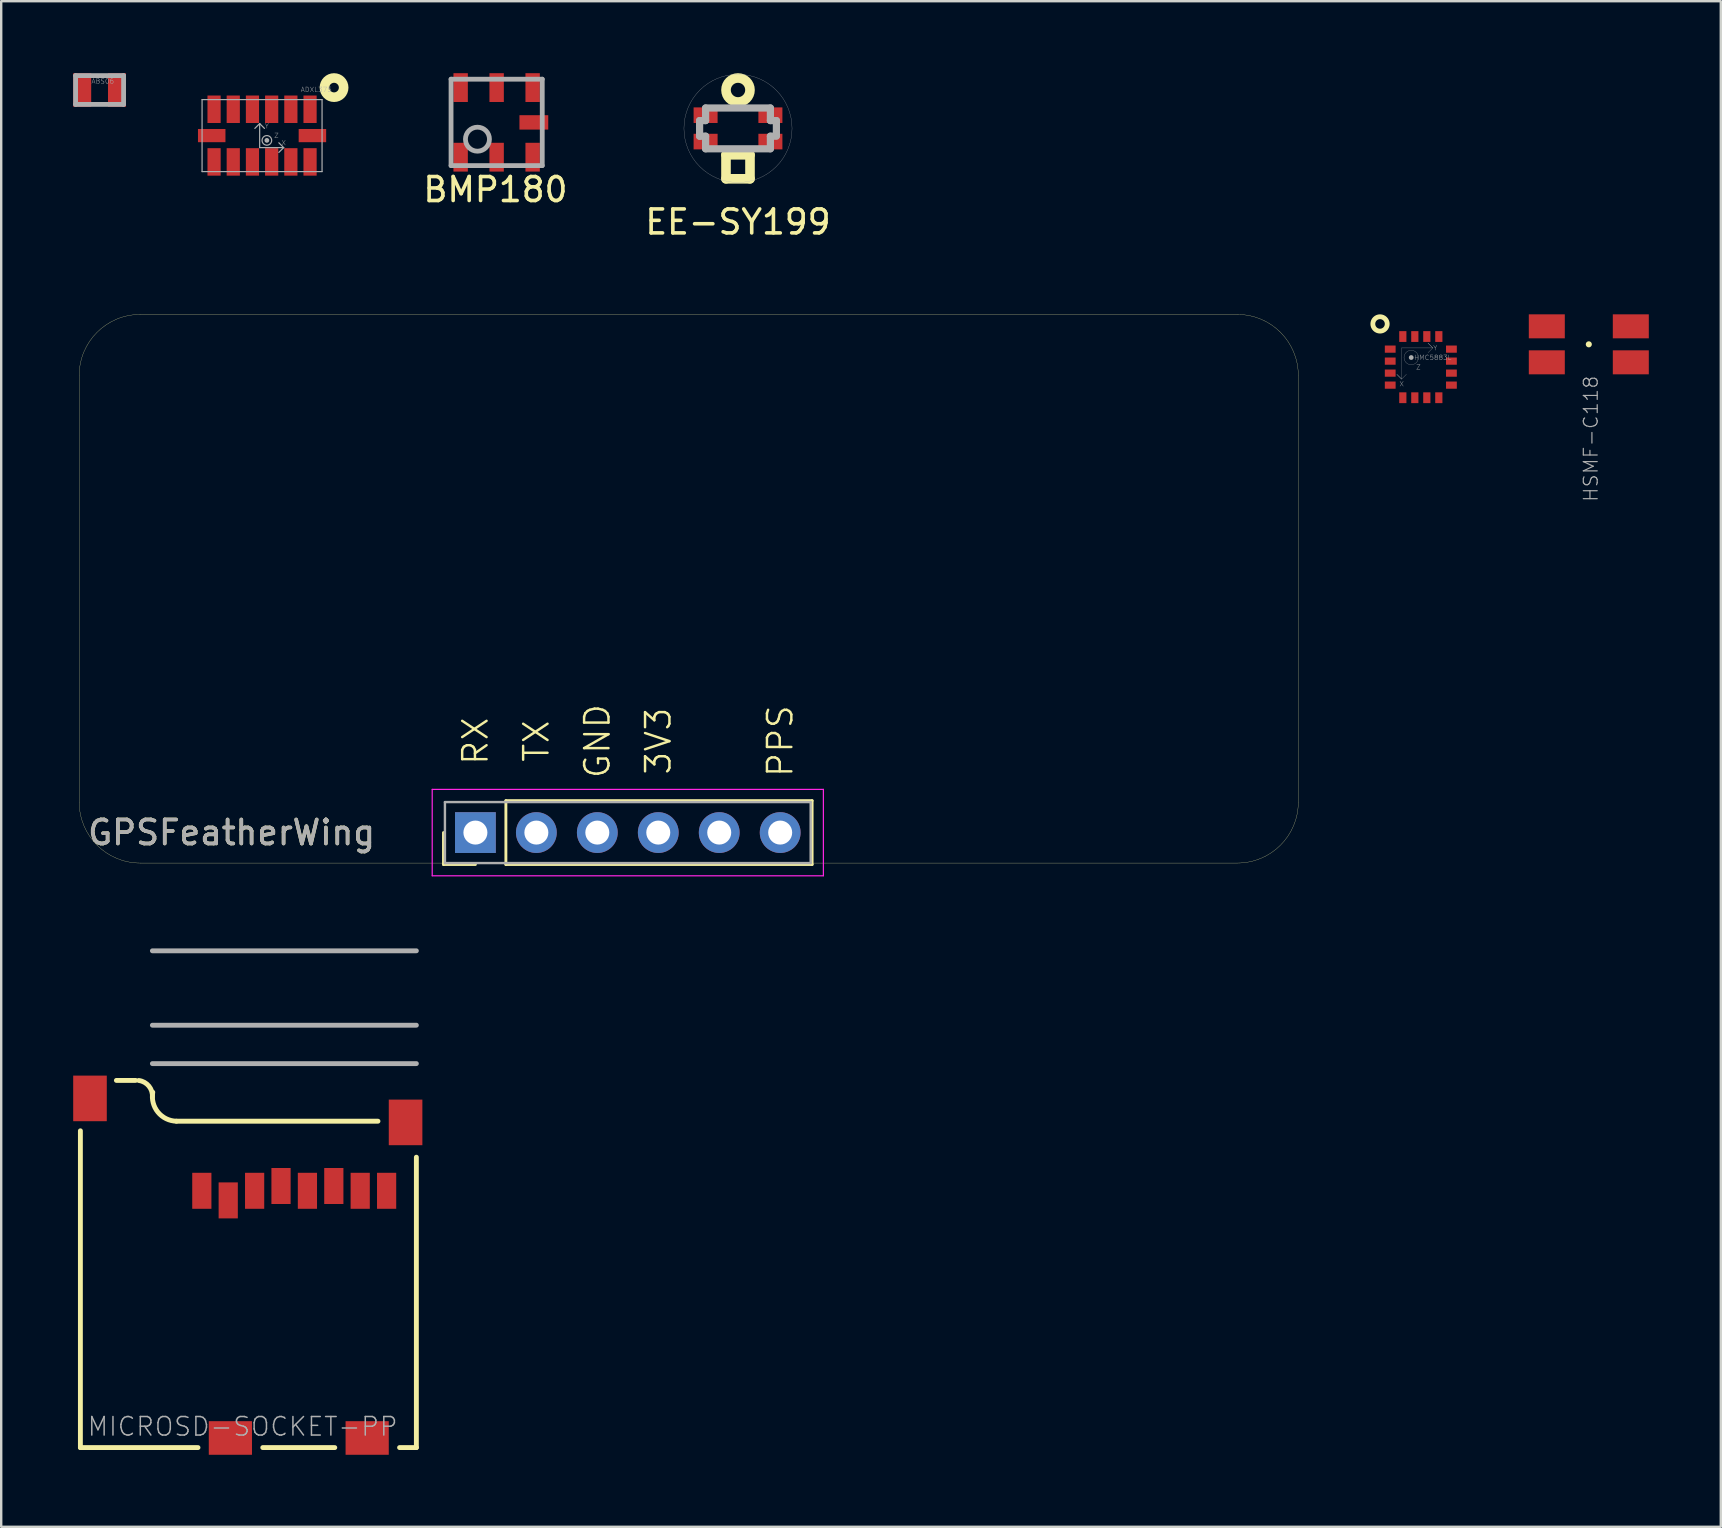
<source format=kicad_pcb>
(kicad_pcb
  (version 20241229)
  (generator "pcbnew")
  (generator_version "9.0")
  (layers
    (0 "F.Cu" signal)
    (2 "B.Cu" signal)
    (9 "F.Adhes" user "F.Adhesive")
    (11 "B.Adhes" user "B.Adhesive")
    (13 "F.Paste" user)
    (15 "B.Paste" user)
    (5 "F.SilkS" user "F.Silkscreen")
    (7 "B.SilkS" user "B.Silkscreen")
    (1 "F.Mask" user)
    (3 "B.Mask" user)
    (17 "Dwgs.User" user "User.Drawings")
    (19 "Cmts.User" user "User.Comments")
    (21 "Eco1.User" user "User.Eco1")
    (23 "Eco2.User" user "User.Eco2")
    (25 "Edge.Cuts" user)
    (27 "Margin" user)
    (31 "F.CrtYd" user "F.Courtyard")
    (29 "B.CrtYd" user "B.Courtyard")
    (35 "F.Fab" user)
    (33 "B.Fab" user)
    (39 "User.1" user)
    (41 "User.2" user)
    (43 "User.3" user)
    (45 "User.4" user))
  (footprint "HMC5883L"
    (layer "F.Cu")
    (at 56.155 12.248)
    (property "Reference" "HMC5883L" (at 0.5 -0.4 0) (layer "F.Fab") (effects (font (size 0.2 0.2) (thickness 0.015))))
    (attr through_hole)
    (fp_circle (center -1.7 -1.8) (end -1.4 -1.8) (stroke (width 0.2) (type solid)) (fill no) (layer "F.SilkS"))
    (fp_line (start -1 0.3) (end -0.8 0.5) (stroke (width 0.01) (type solid)) (layer "F.Fab"))
    (fp_line (start -0.8 -0.8) (end -0.8 0.5) (stroke (width 0.01) (type solid)) (layer "F.Fab"))
    (fp_line (start -0.8 -0.8) (end 0.5 -0.8) (stroke (width 0.01) (type solid)) (layer "F.Fab"))
    (fp_line (start -0.8 0.5) (end -1 0.3) (stroke (width 0.01) (type solid)) (layer "F.Fab"))
    (fp_line (start -0.8 0.5) (end -0.6 0.3) (stroke (width 0.01) (type solid)) (layer "F.Fab"))
    (fp_line (start 0.3 -1) (end 0.5 -0.8) (stroke (width 0.01) (type solid)) (layer "F.Fab"))
    (fp_line (start 0.5 -0.8) (end 0.3 -1) (stroke (width 0.01) (type solid)) (layer "F.Fab"))
    (fp_line (start 0.5 -0.8) (end 0.3 -0.6) (stroke (width 0.01) (type solid)) (layer "F.Fab"))
    (fp_circle (center -0.4 -0.4) (end -0.35 -0.4) (stroke (width 0.1) (type solid)) (fill no) (layer "F.Fab"))
    (fp_circle (center -0.4 -0.4) (end -0.1 -0.4) (stroke (width 0.01) (type solid)) (fill no) (layer "F.Fab"))
    (fp_text user "X" (at -0.8 0.7 0) (layer "F.Fab") (effects (font (size 0.2 0.2) (thickness 0.015))))
    (fp_text user "Z" (at -0.1 0 0) (layer "F.Fab") (effects (font (size 0.2 0.2) (thickness 0.015))))
    (fp_text user "Y" (at 0.6 -0.8 0) (layer "F.Fab") (effects (font (size 0.2 0.2) (thickness 0.015))))
    (pad "1" smd rect (at -1.275 -0.75) (size 0.45 0.3) (layers "F.Cu" "F.Mask" "F.Paste"))
    (pad "2" smd rect (at -1.275 -0.25) (size 0.45 0.3) (layers "F.Cu" "F.Mask" "F.Paste"))
    (pad "3" smd rect (at -1.275 0.25 180) (size 0.45 0.3) (layers "F.Cu" "F.Mask" "F.Paste"))
    (pad "4" smd rect (at -1.275 0.75) (size 0.45 0.3) (layers "F.Cu" "F.Mask" "F.Paste"))
    (pad "5" smd rect (at -0.75 1.275 90) (size 0.45 0.3) (layers "F.Cu" "F.Mask" "F.Paste"))
    (pad "6" smd rect (at -0.25 1.275 90) (size 0.45 0.3) (layers "F.Cu" "F.Mask" "F.Paste"))
    (pad "7" smd rect (at 0.25 1.275 270) (size 0.45 0.3) (layers "F.Cu" "F.Mask" "F.Paste"))
    (pad "8" smd rect (at 0.75 1.275 270) (size 0.45 0.3) (layers "F.Cu" "F.Mask" "F.Paste"))
    (pad "9" smd rect (at 1.275 0.75 180) (size 0.45 0.3) (layers "F.Cu" "F.Mask" "F.Paste"))
    (pad "10" smd rect (at 1.275 0.25 180) (size 0.45 0.3) (layers "F.Cu" "F.Mask" "F.Paste"))
    (pad "11" smd rect (at 1.275 -0.25) (size 0.45 0.3) (layers "F.Cu" "F.Mask" "F.Paste"))
    (pad "12" smd rect (at 1.275 -0.75 180) (size 0.45 0.3) (layers "F.Cu" "F.Mask" "F.Paste"))
    (pad "13" smd rect (at 0.75 -1.275 270) (size 0.45 0.3) (layers "F.Cu" "F.Mask" "F.Paste"))
    (pad "14" smd rect (at 0.25 -1.275 270) (size 0.45 0.3) (layers "F.Cu" "F.Mask" "F.Paste"))
    (pad "15" smd rect (at -0.25 -1.275 90) (size 0.45 0.3) (layers "F.Cu" "F.Mask" "F.Paste"))
    (pad "16" smd rect (at -0.75 -1.275 90) (size 0.45 0.3) (layers "F.Cu" "F.Mask" "F.Paste")))
  (footprint "ADXL375"
    (layer "F.Cu")
    (at 7.87 2.6)
    (property "Reference" "ADXL375" (at 1.6 -1.8 180) (layer "F.Fab") (effects (font (size 0.2 0.2) (thickness 0.015)) (justify left bottom)))
    (attr through_hole)
    (fp_circle (center 3 -2) (end 3 -1.6) (stroke (width 0.4) (type solid)) (fill no) (layer "F.SilkS"))
    (fp_line (start -2.5 -1.5) (end -2.5 1.5) (stroke (width 0.05) (type solid)) (layer "F.Fab"))
    (fp_line (start -2.5 1.5) (end 2.5 1.5) (stroke (width 0.05) (type solid)) (layer "F.Fab"))
    (fp_line (start -0.3 -0.3) (end -0.1 -0.5) (stroke (width 0.05) (type solid)) (layer "F.Fab"))
    (fp_line (start -0.1 -0.5) (end -0.1 0.5) (stroke (width 0.05) (type solid)) (layer "F.Fab"))
    (fp_line (start -0.1 0.5) (end 0.9 0.5) (stroke (width 0.05) (type solid)) (layer "F.Fab"))
    (fp_line (start 0.1 -0.3) (end -0.1 -0.5) (stroke (width 0.05) (type solid)) (layer "F.Fab"))
    (fp_line (start 0.7 0.3) (end 0.9 0.5) (stroke (width 0.05) (type solid)) (layer "F.Fab"))
    (fp_line (start 0.9 0.5) (end 0.7 0.7) (stroke (width 0.05) (type solid)) (layer "F.Fab"))
    (fp_line (start 2.5 -1.5) (end -2.5 -1.5) (stroke (width 0.05) (type solid)) (layer "F.Fab"))
    (fp_line (start 2.5 1.5) (end 2.5 -1.5) (stroke (width 0.05) (type solid)) (layer "F.Fab"))
    (fp_circle (center 0.2 0.2) (end 0.25 0.2) (stroke (width 0.1) (type solid)) (fill no) (layer "F.Fab"))
    (fp_circle (center 0.2 0.2) (end 0.4 0.2) (stroke (width 0.05) (type solid)) (fill no) (layer "F.Fab"))
    (fp_text user "Z" (at 0.6 0 0) (layer "F.Fab") (effects (font (size 0.2 0.2) (thickness 0.015))))
    (fp_text user "X" (at 0.9 0.3 0) (layer "F.Fab") (effects (font (size 0.2 0.2) (thickness 0.015))))
    (fp_text user "Y" (at 0.2 -0.4 0) (layer "F.Fab") (effects (font (size 0.2 0.2) (thickness 0.015))))
    (pad "1" smd rect (at 2 -1.097 270) (size 1.145 0.55) (layers "F.Cu" "F.Mask" "F.Paste"))
    (pad "2" smd rect (at 1.2 -1.097 270) (size 1.145 0.55) (layers "F.Cu" "F.Mask" "F.Paste"))
    (pad "3" smd rect (at 0.4 -1.097 270) (size 1.145 0.55) (layers "F.Cu" "F.Mask" "F.Paste"))
    (pad "4" smd rect (at -0.4 -1.097 270) (size 1.145 0.55) (layers "F.Cu" "F.Mask" "F.Paste"))
    (pad "5" smd rect (at -1.2 -1.097 270) (size 1.145 0.55) (layers "F.Cu" "F.Mask" "F.Paste"))
    (pad "6" smd rect (at -2 -1.097 270) (size 1.145 0.55) (layers "F.Cu" "F.Mask" "F.Paste"))
    (pad "7" smd rect (at -2.098 0) (size 1.145 0.55) (layers "F.Cu" "F.Mask" "F.Paste"))
    (pad "8" smd rect (at -2 1.097 270) (size 1.145 0.55) (layers "F.Cu" "F.Mask" "F.Paste"))
    (pad "9" smd rect (at -1.2 1.097 270) (size 1.145 0.55) (layers "F.Cu" "F.Mask" "F.Paste"))
    (pad "10" smd rect (at -0.4 1.097 270) (size 1.145 0.55) (layers "F.Cu" "F.Mask" "F.Paste"))
    (pad "11" smd rect (at 0.4 1.097 270) (size 1.145 0.55) (layers "F.Cu" "F.Mask" "F.Paste"))
    (pad "12" smd rect (at 1.2 1.097 270) (size 1.145 0.55) (layers "F.Cu" "F.Mask" "F.Paste"))
    (pad "13" smd rect (at 2 1.097 270) (size 1.145 0.55) (layers "F.Cu" "F.Mask" "F.Paste"))
    (pad "14" smd rect (at 2.098 0) (size 1.145 0.55) (layers "F.Cu" "F.Mask" "F.Paste")))
  (footprint "BMP180"
    (layer "F.Cu")
    (at 17.645 2.05)
    (property "Reference" "BMP180" (at -0.05 2.8 0) (layer "F.SilkS") (effects (font (size 1 1) (thickness 0.15))))
    (attr through_hole)
    (fp_line (start -1.9 -1.8) (end 1.9 -1.8) (stroke (width 0.2) (type solid)) (layer "F.Fab"))
    (fp_line (start -1.9 1.8) (end -1.9 -1.8) (stroke (width 0.2) (type solid)) (layer "F.Fab"))
    (fp_line (start -1.9 1.8) (end 1.9 1.8) (stroke (width 0.2) (type solid)) (layer "F.Fab"))
    (fp_line (start 1.9 -1.8) (end 1.9 1.8) (stroke (width 0.2) (type solid)) (layer "F.Fab"))
    (fp_circle (center -0.8 0.7) (end -0.5 1.1) (stroke (width 0.2) (type solid)) (fill no) (layer "F.Fab"))
    (pad "1" smd rect (at 1.5 -1.45) (size 0.6 1.2) (layers "F.Cu" "F.Mask" "F.Paste"))
    (pad "2" smd rect (at 0 -1.45) (size 0.6 1.2) (layers "F.Cu" "F.Mask" "F.Paste"))
    (pad "3" smd rect (at -1.5 -1.45) (size 0.6 1.2) (layers "F.Cu" "F.Mask" "F.Paste"))
    (pad "4" smd rect (at -1.5 1.45) (size 0.6 1.2) (layers "F.Cu" "F.Mask" "F.Paste"))
    (pad "5" smd rect (at 0 1.45) (size 0.6 1.2) (layers "F.Cu" "F.Mask" "F.Paste"))
    (pad "6" smd rect (at 1.5 1.45) (size 0.6 1.2) (layers "F.Cu" "F.Mask" "F.Paste"))
    (pad "7" smd rect (at 1.55 0) (size 1.2 0.6) (layers "F.Cu" "F.Mask" "F.Paste")))
  (footprint "MICROSD-SOCKET-PP"
    (layer "F.Cu")
    (at 14.3 57.27)
    (property "Reference" "MICROSD-SOCKET-PP" (at -13.75 -0.425 0) (layer "F.Fab") (effects (font (size 0.772 0.772) (thickness 0.062)) (justify left bottom)))
    (attr through_hole)
    (fp_line (start -14 0) (end -14 -13.2) (stroke (width 0.203) (type solid)) (layer "F.SilkS"))
    (fp_line (start -14 0) (end -9.1 0) (stroke (width 0.203) (type solid)) (layer "F.SilkS"))
    (fp_line (start -11.7 -15.3) (end -12.5 -15.3) (stroke (width 0.203) (type solid)) (layer "F.SilkS"))
    (fp_line (start -10 -13.6) (end -1.6 -13.6) (stroke (width 0.203) (type solid)) (layer "F.SilkS"))
    (fp_line (start -3.4 0) (end -6.4 0) (stroke (width 0.203) (type solid)) (layer "F.SilkS"))
    (fp_line (start 0 0) (end -0.7 0) (stroke (width 0.203) (type solid)) (layer "F.SilkS"))
    (fp_line (start 0 0) (end 0 -12.1) (stroke (width 0.203) (type solid)) (layer "F.SilkS"))
    (fp_arc (start -11.568304 -15.296779) (mid -11.144806 -15.062042) (end -11 -14.6) (stroke (width 0.2032) (type solid)) (layer "F.SilkS"))
    (fp_arc (start -10 -13.6) (mid -10.76952 -13.976937) (end -10.984106 -14.806513) (stroke (width 0.2032) (type solid)) (layer "F.SilkS"))
    (fp_line (start -11 -20.7) (end 0 -20.7) (stroke (width 0.203) (type solid)) (layer "F.Fab"))
    (fp_line (start -11 -17.6) (end 0 -17.6) (stroke (width 0.203) (type solid)) (layer "F.Fab"))
    (fp_line (start -11 -16) (end 0 -16) (stroke (width 0.203) (type solid)) (layer "F.Fab"))
    (pad "1" smd rect (at -8.94 -10.7) (size 0.8 1.5) (layers "F.Cu" "F.Mask" "F.Paste"))
    (pad "2" smd rect (at -7.84 -10.3) (size 0.8 1.5) (layers "F.Cu" "F.Mask" "F.Paste"))
    (pad "3" smd rect (at -6.74 -10.7) (size 0.8 1.5) (layers "F.Cu" "F.Mask" "F.Paste"))
    (pad "4" smd rect (at -5.64 -10.9) (size 0.8 1.5) (layers "F.Cu" "F.Mask" "F.Paste"))
    (pad "5" smd rect (at -4.54 -10.7) (size 0.8 1.5) (layers "F.Cu" "F.Mask" "F.Paste"))
    (pad "6" smd rect (at -3.44 -10.9) (size 0.8 1.5) (layers "F.Cu" "F.Mask" "F.Paste"))
    (pad "7" smd rect (at -2.34 -10.7) (size 0.8 1.5) (layers "F.Cu" "F.Mask" "F.Paste"))
    (pad "8" smd rect (at -1.24 -10.7) (size 0.8 1.5) (layers "F.Cu" "F.Mask" "F.Paste"))
    (pad "9" smd rect (at -7.75 -0.4) (size 1.8 1.4) (layers "F.Cu" "F.Mask" "F.Paste"))
    (pad "10" smd rect (at -2.05 -0.4) (size 1.8 1.4) (layers "F.Cu" "F.Mask" "F.Paste"))
    (pad "11" smd rect (at -0.45 -13.55) (size 1.4 1.9) (layers "F.Cu" "F.Mask" "F.Paste"))
    (pad "12" smd rect (at -13.6 -14.55) (size 1.4 1.9) (layers "F.Cu" "F.Mask" "F.Paste")))
  (footprint "ABS06"
    (layer "F.Cu")
    (at 1.1 0.7)
    (property "Reference" "ABS06" (at -0.35 -0.25 180) (layer "F.Fab") (effects (font (size 0.2 0.2) (thickness 0.015)) (justify left bottom)))
    (attr through_hole)
    (fp_line (start -1 -0.6) (end 1 -0.6) (stroke (width 0.2) (type solid)) (layer "F.Fab"))
    (fp_line (start -1 0.6) (end -1 -0.6) (stroke (width 0.2) (type solid)) (layer "F.Fab"))
    (fp_line (start 1 -0.6) (end 1 0.6) (stroke (width 0.2) (type solid)) (layer "F.Fab"))
    (fp_line (start 1 0.6) (end -1 0.6) (stroke (width 0.2) (type solid)) (layer "F.Fab"))
    (pad "1" smd rect (at -0.725 0) (size 0.75 1.4) (layers "F.Cu" "F.Mask" "F.Paste"))
    (pad "2" smd rect (at 0.725 0) (size 0.75 1.4) (layers "F.Cu" "F.Mask" "F.Paste")))
  (footprint "EE-SY199"
    (layer "F.Cu")
    (at 27.702 2.3)
    (property "Reference" "EE-SY199" (at 0 3.9 0) (layer "F.SilkS") (effects (font (size 1 1) (thickness 0.15))))
    (attr through_hole)
    (fp_line (start -0.5 1.1) (end -0.5 2.1) (stroke (width 0.4) (type solid)) (layer "F.SilkS"))
    (fp_line (start -0.5 2.1) (end 0.5 2.1) (stroke (width 0.4) (type solid)) (layer "F.SilkS"))
    (fp_line (start 0.5 1.1) (end -0.5 1.1) (stroke (width 0.4) (type solid)) (layer "F.SilkS"))
    (fp_line (start 0.5 2.1) (end 0.5 1.1) (stroke (width 0.4) (type solid)) (layer "F.SilkS"))
    (fp_circle (center 0 -1.6) (end 0.4 -1.3) (stroke (width 0.4) (type solid)) (fill no) (layer "F.SilkS"))
    (fp_line (start -1.6 -0.325) (end -1.35 -0.325) (stroke (width 0.3) (type solid)) (layer "F.Fab"))
    (fp_line (start -1.6 0.325) (end -1.6 -0.325) (stroke (width 0.3) (type solid)) (layer "F.Fab"))
    (fp_line (start -1.35 -0.85) (end 1.35 -0.85) (stroke (width 0.3) (type solid)) (layer "F.Fab"))
    (fp_line (start -1.35 -0.325) (end -1.35 -0.85) (stroke (width 0.3) (type solid)) (layer "F.Fab"))
    (fp_line (start -1.35 0.325) (end -1.6 0.325) (stroke (width 0.3) (type solid)) (layer "F.Fab"))
    (fp_line (start -1.35 0.85) (end -1.35 0.325) (stroke (width 0.3) (type solid)) (layer "F.Fab"))
    (fp_line (start 1.35 -0.85) (end 1.35 -0.325) (stroke (width 0.3) (type solid)) (layer "F.Fab"))
    (fp_line (start 1.35 -0.325) (end 1.6 -0.325) (stroke (width 0.3) (type solid)) (layer "F.Fab"))
    (fp_line (start 1.35 0.325) (end 1.35 0.85) (stroke (width 0.3) (type solid)) (layer "F.Fab"))
    (fp_line (start 1.35 0.85) (end -1.35 0.85) (stroke (width 0.3) (type solid)) (layer "F.Fab"))
    (fp_line (start 1.6 -0.325) (end 1.6 0.3) (stroke (width 0.3) (type solid)) (layer "F.Fab"))
    (fp_line (start 1.6 0.325) (end 1.35 0.325) (stroke (width 0.3) (type solid)) (layer "F.Fab"))
    (fp_circle (center 0 0) (end -2.25 0.1) (stroke (width 0.01) (type solid)) (fill no) (layer "F.Fab"))
    (pad "1" smd rect (at 1.35 -0.55) (size 1 0.65) (layers "F.Cu" "F.Mask" "F.Paste"))
    (pad "2" smd rect (at 1.35 0.55) (size 1 0.65) (layers "F.Cu" "F.Mask" "F.Paste"))
    (pad "3" smd rect (at -1.35 -0.55) (size 1 0.65) (layers "F.Cu" "F.Mask" "F.Paste"))
    (pad "4" smd rect (at -1.35 0.55) (size 1 0.65) (layers "F.Cu" "F.Mask" "F.Paste")))
  (footprint "GPSFeatherWing"
    (layer "F.Cu")
    (at 0.25 32.913)
    (property "Reference" "GPSFeatherWing" (at 6.35 -1.27 180) (layer "F.SilkS") (effects (font (size 1 1) (thickness 0.15))))
    (attr through_hole)
    (fp_line (start 0 -2.54) (end 0 -20.32) (stroke (width 0.01) (type solid)) (layer "F.SilkS"))
    (fp_line (start 2.54 -22.86) (end 48.26 -22.86) (stroke (width 0.01) (type solid)) (layer "F.SilkS"))
    (fp_line (start 15.18 0.06) (end 15.18 -1.27) (stroke (width 0.12) (type solid)) (layer "F.SilkS"))
    (fp_line (start 16.51 0.06) (end 15.18 0.06) (stroke (width 0.12) (type solid)) (layer "F.SilkS"))
    (fp_line (start 17.78 -2.6) (end 17.78 0.06) (stroke (width 0.12) (type solid)) (layer "F.SilkS"))
    (fp_line (start 17.78 0.06) (end 30.54 0.06) (stroke (width 0.12) (type solid)) (layer "F.SilkS"))
    (fp_line (start 30.54 -2.6) (end 17.78 -2.6) (stroke (width 0.12) (type solid)) (layer "F.SilkS"))
    (fp_line (start 30.54 0.06) (end 30.54 -2.6) (stroke (width 0.12) (type solid)) (layer "F.SilkS"))
    (fp_line (start 48.26 0) (end 2.54 0) (stroke (width 0.01) (type solid)) (layer "F.SilkS"))
    (fp_line (start 50.8 -20.32) (end 50.8 -2.54) (stroke (width 0.01) (type solid)) (layer "F.SilkS"))
    (fp_arc (start 0 -20.32) (mid 0.743949 -22.116051) (end 2.54 -22.86) (stroke (width 0.01) (type solid)) (layer "F.SilkS"))
    (fp_arc (start 2.54 0) (mid 0.743949 -0.743949) (end 0 -2.54) (stroke (width 0.01) (type solid)) (layer "F.SilkS"))
    (fp_arc (start 48.26 -22.86) (mid 50.056051 -22.116051) (end 50.8 -20.32) (stroke (width 0.01) (type solid)) (layer "F.SilkS"))
    (fp_arc (start 50.8 -2.54) (mid 50.056051 -0.743949) (end 48.26 0) (stroke (width 0.01) (type solid)) (layer "F.SilkS"))
    (fp_line (start 14.71 -3.07) (end 14.71 0.53) (stroke (width 0.05) (type solid)) (layer "F.CrtYd"))
    (fp_line (start 14.71 0.53) (end 31.01 0.53) (stroke (width 0.05) (type solid)) (layer "F.CrtYd"))
    (fp_line (start 31.01 -3.07) (end 14.71 -3.07) (stroke (width 0.05) (type solid)) (layer "F.CrtYd"))
    (fp_line (start 31.01 0.53) (end 31.01 -3.07) (stroke (width 0.05) (type solid)) (layer "F.CrtYd"))
    (fp_line (start 15.24 -2.54) (end 15.24 0) (stroke (width 0.1) (type solid)) (layer "F.Fab"))
    (fp_line (start 15.24 0) (end 30.48 0) (stroke (width 0.1) (type solid)) (layer "F.Fab"))
    (fp_line (start 30.48 -2.54) (end 15.24 -2.54) (stroke (width 0.1) (type solid)) (layer "F.Fab"))
    (fp_line (start 30.48 0) (end 30.48 -2.54) (stroke (width 0.1) (type solid)) (layer "F.Fab"))
    (fp_text user "" (at 26.67 -5.08 90) (layer "F.SilkS") (effects (font (size 1.016 1.016) (thickness 0.102))))
    (fp_text user "GND" (at 21.59 -5.08 90) (layer "F.SilkS") (effects (font (size 1.016 1.016) (thickness 0.102))))
    (fp_text user "3V3" (at 24.13 -5.08 90) (layer "F.SilkS") (effects (font (size 1.016 1.016) (thickness 0.102))))
    (fp_text user "TX" (at 19.05 -5.08 90) (layer "F.SilkS") (effects (font (size 1.016 1.016) (thickness 0.102))))
    (fp_text user "RX" (at 16.51 -5.08 90) (layer "F.SilkS") (effects (font (size 1.016 1.016) (thickness 0.102))))
    (fp_text user "PPS" (at 29.21 -5.08 90) (layer "F.SilkS") (effects (font (size 1.016 1.016) (thickness 0.102))))
    (fp_text user "${REFERENCE}" (at 6.35 -1.27 0) (layer "F.Fab") (effects (font (size 1 1) (thickness 0.15))))
    (pad "1" thru_hole rect (at 16.51 -1.27 90) (size 1.7 1.7) (drill 1) (layers "*.Cu" "*.Mask"))
    (pad "2" thru_hole oval (at 19.05 -1.27 90) (size 1.7 1.7) (drill 1) (layers "*.Cu" "*.Mask"))
    (pad "3" thru_hole oval (at 21.59 -1.27 90) (size 1.7 1.7) (drill 1) (layers "*.Cu" "*.Mask"))
    (pad "4" thru_hole oval (at 24.13 -1.27 90) (size 1.7 1.7) (drill 1) (layers "*.Cu" "*.Mask"))
    (pad "5" thru_hole oval (at 26.67 -1.27 90) (size 1.7 1.7) (drill 1) (layers "*.Cu" "*.Mask"))
    (pad "6" thru_hole oval (at 29.21 -1.27 90) (size 1.7 1.7) (drill 1) (layers "*.Cu" "*.Mask")))
  (footprint "HSMF-C118"
    (layer "F.Cu")
    (at 63.155 11.298)
    (property "Reference" "HSMF-C118" (at -0.254 1.27 90) (layer "F.Fab") (effects (font (size 0.579 0.579) (thickness 0.049)) (justify right top)))
    (attr through_hole)
    (fp_line (start 0 0) (end 0 0) (stroke (width 0.127) (type solid)) (layer "F.SilkS"))
    (fp_line (start 0 0) (end 0 0) (stroke (width 0.127) (type solid)) (layer "F.SilkS"))
    (fp_line (start 0 0) (end 0 0) (stroke (width 0.127) (type solid)) (layer "F.SilkS"))
    (fp_line (start 0 0) (end 0 0) (stroke (width 0.127) (type solid)) (layer "F.SilkS"))
    (fp_line (start 0 0) (end 0 0) (stroke (width 0.127) (type solid)) (layer "F.SilkS"))
    (fp_line (start 0 0) (end 0 0) (stroke (width 0.127) (type solid)) (layer "F.SilkS"))
    (fp_line (start 0 0) (end 0 0) (stroke (width 0.127) (type solid)) (layer "F.SilkS"))
    (fp_line (start 0 0) (end 0 0) (stroke (width 0.127) (type solid)) (layer "F.SilkS"))
    (fp_line (start 0 0) (end 0 0) (stroke (width 0.127) (type solid)) (layer "F.SilkS"))
    (fp_arc (start 0 0) (mid 0 0) (end 0 0) (stroke (width 0.127) (type solid)) (layer "F.SilkS"))
    (pad "1" smd rect (at 1.75 0.75) (size 1.5 1) (layers "F.Cu" "F.Mask" "F.Paste"))
    (pad "2" smd rect (at 1.75 -0.75) (size 1.5 1) (layers "F.Cu" "F.Mask" "F.Paste"))
    (pad "3" smd rect (at -1.75 -0.75) (size 1.5 1) (layers "F.Cu" "F.Mask" "F.Paste"))
    (pad "4" smd rect (at -1.75 0.75) (size 1.5 1) (layers "F.Cu" "F.Mask" "F.Paste")))
  (gr_rect
    (start -3 -3)
    (end 68.655 60.57)
    (stroke (width 0.1) (type default))
    (fill no)
    (layer "Edge.Cuts")))
</source>
